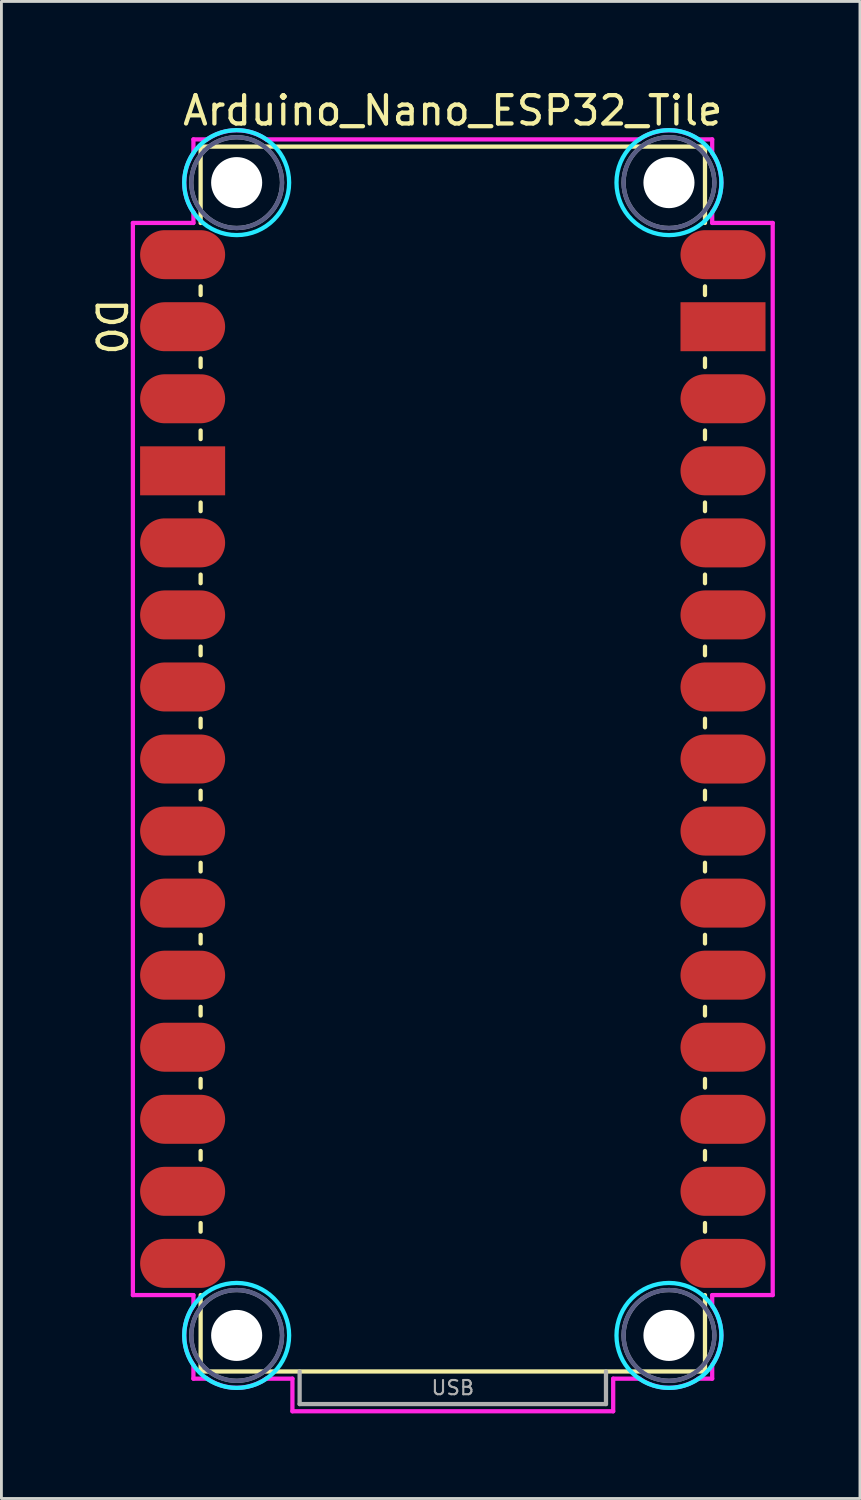
<source format=kicad_pcb>
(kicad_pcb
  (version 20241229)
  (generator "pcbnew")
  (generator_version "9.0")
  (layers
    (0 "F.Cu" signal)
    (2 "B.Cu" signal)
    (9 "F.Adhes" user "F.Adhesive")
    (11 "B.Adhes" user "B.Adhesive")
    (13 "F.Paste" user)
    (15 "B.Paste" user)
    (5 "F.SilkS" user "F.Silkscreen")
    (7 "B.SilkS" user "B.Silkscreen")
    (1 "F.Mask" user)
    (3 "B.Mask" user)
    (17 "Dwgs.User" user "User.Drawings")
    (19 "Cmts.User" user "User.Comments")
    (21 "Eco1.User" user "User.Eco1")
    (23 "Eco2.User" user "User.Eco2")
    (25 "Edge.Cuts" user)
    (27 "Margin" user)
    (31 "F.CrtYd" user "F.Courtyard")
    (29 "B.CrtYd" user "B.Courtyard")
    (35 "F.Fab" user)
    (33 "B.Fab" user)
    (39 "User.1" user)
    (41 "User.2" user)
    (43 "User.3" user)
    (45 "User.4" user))
  (footprint "Arduino_Nano_ESP32_Tile"
    (layer "F.Cu")
    (at 12.913 45.298)
    (property "Reference" "Arduino_Nano_ESP32_Tile" (at 0 -44.45 0) (layer "F.SilkS") (effects (font (size 1 1) (thickness 0.15))))
    (attr smd)
    (fp_line (start -8.89 -43.18) (end -8.89 -40.488) (stroke (width 0.15) (type solid)) (layer "F.SilkS"))
    (fp_line (start -8.89 -43.18) (end 8.89 -43.18) (stroke (width 0.15) (type solid)) (layer "F.SilkS"))
    (fp_line (start -8.89 -38.252) (end -8.89 -37.948) (stroke (width 0.15) (type solid)) (layer "F.SilkS"))
    (fp_line (start -8.89 -35.712) (end -8.89 -35.408) (stroke (width 0.15) (type solid)) (layer "F.SilkS"))
    (fp_line (start -8.89 -33.172) (end -8.89 -32.868) (stroke (width 0.15) (type solid)) (layer "F.SilkS"))
    (fp_line (start -8.89 -30.632) (end -8.89 -30.328) (stroke (width 0.15) (type solid)) (layer "F.SilkS"))
    (fp_line (start -8.89 -28.092) (end -8.89 -27.788) (stroke (width 0.15) (type solid)) (layer "F.SilkS"))
    (fp_line (start -8.89 -25.552) (end -8.89 -25.248) (stroke (width 0.15) (type solid)) (layer "F.SilkS"))
    (fp_line (start -8.89 -23.012) (end -8.89 -22.708) (stroke (width 0.15) (type solid)) (layer "F.SilkS"))
    (fp_line (start -8.89 -20.472) (end -8.89 -20.168) (stroke (width 0.15) (type solid)) (layer "F.SilkS"))
    (fp_line (start -8.89 -17.932) (end -8.89 -17.628) (stroke (width 0.15) (type solid)) (layer "F.SilkS"))
    (fp_line (start -8.89 -15.392) (end -8.89 -15.088) (stroke (width 0.15) (type solid)) (layer "F.SilkS"))
    (fp_line (start -8.89 -12.852) (end -8.89 -12.548) (stroke (width 0.15) (type solid)) (layer "F.SilkS"))
    (fp_line (start -8.89 -10.312) (end -8.89 -10.008) (stroke (width 0.15) (type solid)) (layer "F.SilkS"))
    (fp_line (start -8.89 -7.772) (end -8.89 -7.468) (stroke (width 0.15) (type solid)) (layer "F.SilkS"))
    (fp_line (start -8.89 -5.232) (end -8.89 -4.928) (stroke (width 0.15) (type solid)) (layer "F.SilkS"))
    (fp_line (start -8.89 -2.692) (end -8.89 0) (stroke (width 0.15) (type solid)) (layer "F.SilkS"))
    (fp_line (start -8.89 0) (end 8.89 0) (stroke (width 0.15) (type solid)) (layer "F.SilkS"))
    (fp_line (start 8.89 -43.18) (end 8.89 -40.488) (stroke (width 0.15) (type solid)) (layer "F.SilkS"))
    (fp_line (start 8.89 -38.252) (end 8.89 -37.948) (stroke (width 0.15) (type solid)) (layer "F.SilkS"))
    (fp_line (start 8.89 -35.712) (end 8.89 -35.408) (stroke (width 0.15) (type solid)) (layer "F.SilkS"))
    (fp_line (start 8.89 -33.172) (end 8.89 -32.868) (stroke (width 0.15) (type solid)) (layer "F.SilkS"))
    (fp_line (start 8.89 -30.632) (end 8.89 -30.328) (stroke (width 0.15) (type solid)) (layer "F.SilkS"))
    (fp_line (start 8.89 -28.092) (end 8.89 -27.788) (stroke (width 0.15) (type solid)) (layer "F.SilkS"))
    (fp_line (start 8.89 -25.552) (end 8.89 -25.248) (stroke (width 0.15) (type solid)) (layer "F.SilkS"))
    (fp_line (start 8.89 -23.012) (end 8.89 -22.708) (stroke (width 0.15) (type solid)) (layer "F.SilkS"))
    (fp_line (start 8.89 -20.472) (end 8.89 -20.168) (stroke (width 0.15) (type solid)) (layer "F.SilkS"))
    (fp_line (start 8.89 -17.932) (end 8.89 -17.628) (stroke (width 0.15) (type solid)) (layer "F.SilkS"))
    (fp_line (start 8.89 -15.392) (end 8.89 -15.088) (stroke (width 0.15) (type solid)) (layer "F.SilkS"))
    (fp_line (start 8.89 -12.852) (end 8.89 -12.548) (stroke (width 0.15) (type solid)) (layer "F.SilkS"))
    (fp_line (start 8.89 -10.312) (end 8.89 -10.008) (stroke (width 0.15) (type solid)) (layer "F.SilkS"))
    (fp_line (start 8.89 -7.772) (end 8.89 -7.468) (stroke (width 0.15) (type solid)) (layer "F.SilkS"))
    (fp_line (start 8.89 -5.232) (end 8.89 -4.928) (stroke (width 0.15) (type solid)) (layer "F.SilkS"))
    (fp_line (start 8.89 -2.692) (end 8.89 0) (stroke (width 0.15) (type solid)) (layer "F.SilkS"))
    (fp_circle (center -7.62 -41.91) (end -5.77 -41.91) (stroke (width 0.15) (type solid)) (fill no) (layer "B.CrtYd"))
    (fp_circle (center -7.62 -1.27) (end -5.77 -1.27) (stroke (width 0.15) (type solid)) (fill no) (layer "B.CrtYd"))
    (fp_circle (center 7.62 -41.91) (end 9.47 -41.91) (stroke (width 0.15) (type solid)) (fill no) (layer "B.CrtYd"))
    (fp_circle (center 7.62 -1.27) (end 9.47 -1.27) (stroke (width 0.15) (type solid)) (fill no) (layer "B.CrtYd"))
    (fp_line (start -11.278 -2.692) (end -11.278 -40.488) (stroke (width 0.15) (type solid)) (layer "F.CrtYd"))
    (fp_line (start -9.144 -43.434) (end -8.661 -43.434) (stroke (width 0.15) (type solid)) (layer "F.CrtYd"))
    (fp_line (start -9.144 -42.951) (end -9.144 -43.434) (stroke (width 0.15) (type solid)) (layer "F.CrtYd"))
    (fp_line (start -9.144 -40.869) (end -9.144 -40.488) (stroke (width 0.15) (type solid)) (layer "F.CrtYd"))
    (fp_line (start -9.144 -40.488) (end -11.278 -40.488) (stroke (width 0.15) (type solid)) (layer "F.CrtYd"))
    (fp_line (start -9.144 -2.692) (end -11.278 -2.692) (stroke (width 0.15) (type solid)) (layer "F.CrtYd"))
    (fp_line (start -9.144 -2.311) (end -9.144 -2.692) (stroke (width 0.15) (type solid)) (layer "F.CrtYd"))
    (fp_line (start -9.144 0.254) (end -9.144 -0.229) (stroke (width 0.15) (type solid)) (layer "F.CrtYd"))
    (fp_line (start -8.661 0.254) (end -9.144 0.254) (stroke (width 0.15) (type solid)) (layer "F.CrtYd"))
    (fp_line (start -6.579 -43.434) (end 6.579 -43.434) (stroke (width 0.15) (type solid)) (layer "F.CrtYd"))
    (fp_line (start -5.654 0.254) (end -6.579 0.254) (stroke (width 0.15) (type solid)) (layer "F.CrtYd"))
    (fp_line (start -5.654 1.404) (end -5.654 0.254) (stroke (width 0.15) (type solid)) (layer "F.CrtYd"))
    (fp_line (start 5.654 0.254) (end 5.654 1.404) (stroke (width 0.15) (type solid)) (layer "F.CrtYd"))
    (fp_line (start 5.654 1.404) (end -5.654 1.404) (stroke (width 0.15) (type solid)) (layer "F.CrtYd"))
    (fp_line (start 6.579 0.254) (end 5.654 0.254) (stroke (width 0.15) (type solid)) (layer "F.CrtYd"))
    (fp_line (start 8.661 -43.434) (end 9.144 -43.434) (stroke (width 0.15) (type solid)) (layer "F.CrtYd"))
    (fp_line (start 9.144 -43.434) (end 9.144 -42.951) (stroke (width 0.15) (type solid)) (layer "F.CrtYd"))
    (fp_line (start 9.144 -40.869) (end 9.144 -40.488) (stroke (width 0.15) (type solid)) (layer "F.CrtYd"))
    (fp_line (start 9.144 -2.692) (end 9.144 -2.311) (stroke (width 0.15) (type solid)) (layer "F.CrtYd"))
    (fp_line (start 9.144 -0.229) (end 9.144 0.254) (stroke (width 0.15) (type solid)) (layer "F.CrtYd"))
    (fp_line (start 9.144 0.254) (end 8.661 0.254) (stroke (width 0.15) (type solid)) (layer "F.CrtYd"))
    (fp_line (start 11.278 -40.488) (end 9.144 -40.488) (stroke (width 0.15) (type solid)) (layer "F.CrtYd"))
    (fp_line (start 11.278 -40.488) (end 11.278 -2.692) (stroke (width 0.15) (type solid)) (layer "F.CrtYd"))
    (fp_line (start 11.278 -2.692) (end 9.144 -2.692) (stroke (width 0.15) (type solid)) (layer "F.CrtYd"))
    (fp_arc (start -9.144 -40.8686) (mid -9.467363 -41.91) (end -9.144 -42.9514) (stroke (width 0.15) (type solid)) (layer "F.CrtYd"))
    (fp_arc (start -9.144 -0.2286) (mid -9.467363 -1.27) (end -9.144 -2.3114) (stroke (width 0.15) (type solid)) (layer "F.CrtYd"))
    (fp_arc (start -8.6614 -43.434) (mid -7.62 -43.757363) (end -6.5786 -43.434) (stroke (width 0.15) (type solid)) (layer "F.CrtYd"))
    (fp_arc (start -6.5786 0.254) (mid -7.62 0.577363) (end -8.6614 0.254) (stroke (width 0.15) (type solid)) (layer "F.CrtYd"))
    (fp_arc (start 6.5786 -43.434) (mid 7.62 -43.757363) (end 8.6614 -43.434) (stroke (width 0.15) (type solid)) (layer "F.CrtYd"))
    (fp_arc (start 8.6614 0.254) (mid 7.62 0.577363) (end 6.5786 0.254) (stroke (width 0.15) (type solid)) (layer "F.CrtYd"))
    (fp_arc (start 9.144 -42.9514) (mid 9.467363 -41.91) (end 9.144 -40.8686) (stroke (width 0.15) (type solid)) (layer "F.CrtYd"))
    (fp_arc (start 9.144 -2.3114) (mid 9.467363 -1.27) (end 9.144 -0.2286) (stroke (width 0.15) (type solid)) (layer "F.CrtYd"))
    (fp_circle (center -7.62 -41.91) (end -6.02 -41.91) (stroke (width 0.15) (type solid)) (fill no) (layer "B.Fab"))
    (fp_circle (center -7.62 -1.27) (end -6.02 -1.27) (stroke (width 0.15) (type solid)) (fill no) (layer "B.Fab"))
    (fp_circle (center 7.62 -41.91) (end 9.22 -41.91) (stroke (width 0.15) (type solid)) (fill no) (layer "B.Fab"))
    (fp_circle (center 7.62 -1.27) (end 9.22 -1.27) (stroke (width 0.15) (type solid)) (fill no) (layer "B.Fab"))
    (fp_line (start -5.4 0) (end -5.4 1.15) (stroke (width 0.15) (type solid)) (layer "F.Fab"))
    (fp_line (start -5.4 1.15) (end 5.4 1.15) (stroke (width 0.15) (type solid)) (layer "F.Fab"))
    (fp_line (start 5.4 1.15) (end 5.4 0) (stroke (width 0.15) (type solid)) (layer "F.Fab"))
    (fp_circle (center -7.62 -41.91) (end -6.02 -41.91) (stroke (width 0.15) (type solid)) (fill no) (layer "F.Fab"))
    (fp_circle (center -7.62 -1.27) (end -6.02 -1.27) (stroke (width 0.15) (type solid)) (fill no) (layer "F.Fab"))
    (fp_circle (center 7.62 -41.91) (end 9.22 -41.91) (stroke (width 0.15) (type solid)) (fill no) (layer "F.Fab"))
    (fp_circle (center 7.62 -1.27) (end 9.22 -1.27) (stroke (width 0.15) (type solid)) (fill no) (layer "F.Fab"))
    (fp_text user "D0" (at -12.065 -36.83 270) (unlocked yes) (layer "F.SilkS") (effects (font (size 1 1) (thickness 0.15))))
    (fp_text user "USB" (at 0 0.575 0) (layer "F.Fab") (effects (font (size 0.5 0.5) (thickness 0.075))))
    (pad "" np_thru_hole circle (at -7.62 -41.91) (size 1.8 1.8) (drill 1.8) (layers "*.Cu" "*.Mask"))
    (pad "" np_thru_hole circle (at -7.62 -1.27) (size 1.8 1.8) (drill 1.8) (layers "*.Cu" "*.Mask"))
    (pad "" np_thru_hole circle (at 7.62 -41.91) (size 1.8 1.8) (drill 1.8) (layers "*.Cu" "*.Mask"))
    (pad "" np_thru_hole circle (at 7.62 -1.27) (size 1.8 1.8) (drill 1.8) (layers "*.Cu" "*.Mask"))
    (pad "3V3" smd oval (at 9.525 -6.35) (size 2.997 1.727) (layers "F.Cu" "F.Mask" "F.Paste"))
    (pad "5V" smd oval (at 9.525 -31.75) (size 2.997 1.727) (layers "F.Cu" "F.Mask" "F.Paste"))
    (pad "A0" smd oval (at 9.525 -11.43) (size 2.997 1.727) (layers "F.Cu" "F.Mask" "F.Paste"))
    (pad "A1" smd oval (at 9.525 -13.97) (size 2.997 1.727) (layers "F.Cu" "F.Mask" "F.Paste"))
    (pad "A2" smd oval (at 9.525 -16.51) (size 2.997 1.727) (layers "F.Cu" "F.Mask" "F.Paste"))
    (pad "A3" smd oval (at 9.525 -19.05) (size 2.997 1.727) (layers "F.Cu" "F.Mask" "F.Paste"))
    (pad "A4" smd oval (at 9.525 -21.59) (size 2.997 1.727) (layers "F.Cu" "F.Mask" "F.Paste"))
    (pad "A5" smd oval (at 9.525 -24.13) (size 2.997 1.727) (layers "F.Cu" "F.Mask" "F.Paste"))
    (pad "A6" smd oval (at 9.525 -26.67) (size 2.997 1.727) (layers "F.Cu" "F.Mask" "F.Paste"))
    (pad "A7" smd oval (at 9.525 -29.21) (size 2.997 1.727) (layers "F.Cu" "F.Mask" "F.Paste"))
    (pad "B0" smd oval (at 9.525 -8.89) (size 2.997 1.727) (layers "F.Cu" "F.Mask" "F.Paste"))
    (pad "B1" smd oval (at 9.525 -34.29) (size 2.997 1.727) (layers "F.Cu" "F.Mask" "F.Paste"))
    (pad "D0" smd oval (at -9.525 -36.83) (size 2.997 1.727) (layers "F.Cu" "F.Mask" "F.Paste"))
    (pad "D1" smd oval (at -9.525 -39.37) (size 2.997 1.727) (layers "F.Cu" "F.Mask" "F.Paste"))
    (pad "D2" smd oval (at -9.525 -29.21) (size 2.997 1.727) (layers "F.Cu" "F.Mask" "F.Paste"))
    (pad "D3" smd oval (at -9.525 -26.67) (size 2.997 1.727) (layers "F.Cu" "F.Mask" "F.Paste"))
    (pad "D4" smd oval (at -9.525 -24.13) (size 2.997 1.727) (layers "F.Cu" "F.Mask" "F.Paste"))
    (pad "D5" smd oval (at -9.525 -21.59) (size 2.997 1.727) (layers "F.Cu" "F.Mask" "F.Paste"))
    (pad "D6" smd oval (at -9.525 -19.05) (size 2.997 1.727) (layers "F.Cu" "F.Mask" "F.Paste"))
    (pad "D7" smd oval (at -9.525 -16.51) (size 2.997 1.727) (layers "F.Cu" "F.Mask" "F.Paste"))
    (pad "D8" smd oval (at -9.525 -13.97) (size 2.997 1.727) (layers "F.Cu" "F.Mask" "F.Paste"))
    (pad "D9" smd oval (at -9.525 -11.43) (size 2.997 1.727) (layers "F.Cu" "F.Mask" "F.Paste"))
    (pad "D10" smd oval (at -9.525 -8.89) (size 2.997 1.727) (layers "F.Cu" "F.Mask" "F.Paste"))
    (pad "D11" smd oval (at -9.525 -6.35) (size 2.997 1.727) (layers "F.Cu" "F.Mask" "F.Paste"))
    (pad "D12" smd oval (at -9.525 -3.81) (size 2.997 1.727) (layers "F.Cu" "F.Mask" "F.Paste"))
    (pad "D13" smd oval (at 9.525 -3.81) (size 2.997 1.727) (layers "F.Cu" "F.Mask" "F.Paste"))
    (pad "GND1" smd rect (at -9.525 -31.75) (size 2.997 1.727) (layers "F.Cu" "F.Mask" "F.Paste"))
    (pad "GND2" smd rect (at 9.525 -36.83) (size 2.997 1.727) (layers "F.Cu" "F.Mask" "F.Paste"))
    (pad "RST" smd oval (at -9.525 -34.29) (size 2.997 1.727) (layers "F.Cu" "F.Mask" "F.Paste"))
    (pad "VIN" smd oval (at 9.525 -39.37) (size 2.997 1.727) (layers "F.Cu" "F.Mask" "F.Paste")))
  (gr_rect
    (start -3 -3)
    (end 27.266 49.777)
    (stroke (width 0.1) (type default))
    (fill no)
    (layer "Edge.Cuts")))
</source>
